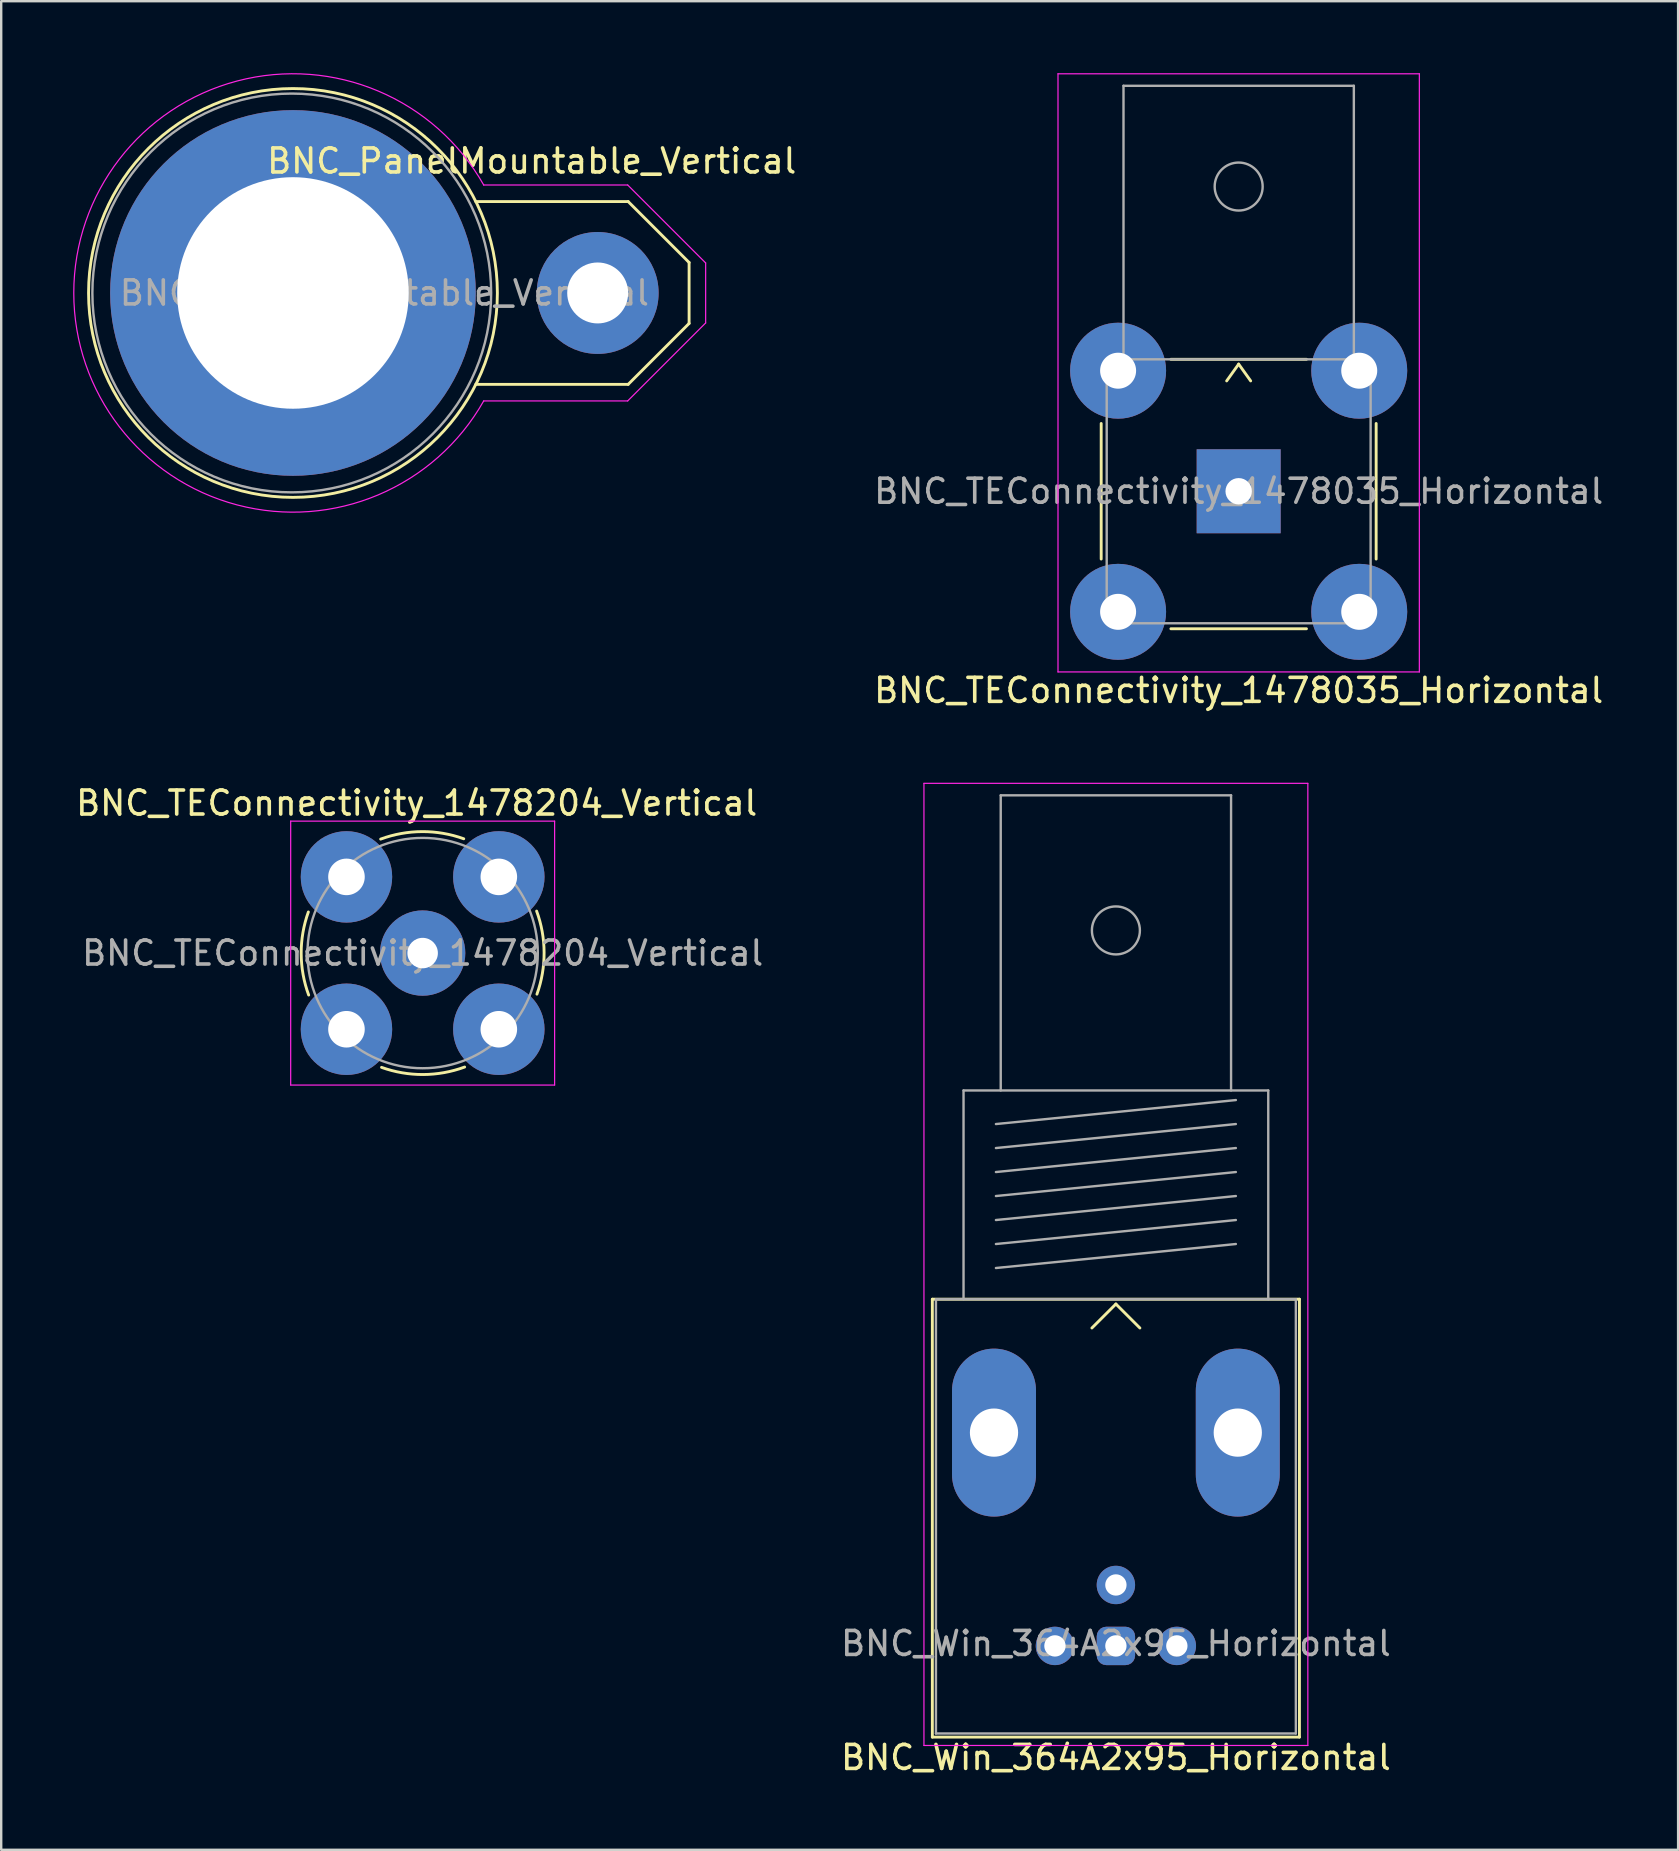
<source format=kicad_pcb>
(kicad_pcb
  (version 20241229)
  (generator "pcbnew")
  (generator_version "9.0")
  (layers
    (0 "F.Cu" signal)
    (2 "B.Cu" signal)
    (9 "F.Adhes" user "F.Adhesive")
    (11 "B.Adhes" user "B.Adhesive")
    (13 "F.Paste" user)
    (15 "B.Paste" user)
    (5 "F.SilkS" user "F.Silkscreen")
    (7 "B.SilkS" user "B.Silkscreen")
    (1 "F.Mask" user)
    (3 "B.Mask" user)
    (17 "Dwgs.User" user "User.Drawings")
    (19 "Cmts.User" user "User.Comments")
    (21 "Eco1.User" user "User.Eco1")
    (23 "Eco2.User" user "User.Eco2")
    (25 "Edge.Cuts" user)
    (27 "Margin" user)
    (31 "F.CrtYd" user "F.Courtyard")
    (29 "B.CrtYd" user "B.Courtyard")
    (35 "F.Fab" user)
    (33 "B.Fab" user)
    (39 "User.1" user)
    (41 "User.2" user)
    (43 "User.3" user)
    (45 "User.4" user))
  (footprint "BNC_Win_364A2x95_Horizontal"
    (layer "F.Cu")
    (at 43.458 65.548)
    (property "Reference" "BNC_Win_364A2x95_Horizontal" (at 0 4.65 0) (layer "F.SilkS") (effects (font (size 1 1) (thickness 0.15))))
    (attr through_hole)
    (fp_line (start -7.65 -14.45) (end 7.65 -14.45) (stroke (width 0.12) (type solid)) (layer "F.SilkS"))
    (fp_line (start -7.65 3.8) (end -7.65 -14.45) (stroke (width 0.12) (type solid)) (layer "F.SilkS"))
    (fp_line (start 0 -14.25) (end -1 -13.25) (stroke (width 0.12) (type solid)) (layer "F.SilkS"))
    (fp_line (start 0 -14.25) (end 1 -13.25) (stroke (width 0.12) (type solid)) (layer "F.SilkS"))
    (fp_line (start 7.65 -14.45) (end 7.65 3.8) (stroke (width 0.12) (type solid)) (layer "F.SilkS"))
    (fp_line (start 7.65 3.8) (end -7.65 3.8) (stroke (width 0.12) (type solid)) (layer "F.SilkS"))
    (fp_line (start -8 4.15) (end -8 -35.95) (stroke (width 0.05) (type solid)) (layer "F.CrtYd"))
    (fp_line (start -8 4.15) (end 8 4.15) (stroke (width 0.05) (type solid)) (layer "F.CrtYd"))
    (fp_line (start 8 -35.95) (end -8 -35.95) (stroke (width 0.05) (type solid)) (layer "F.CrtYd"))
    (fp_line (start 8 4.15) (end 8 -35.95) (stroke (width 0.05) (type solid)) (layer "F.CrtYd"))
    (fp_line (start -7.5 -14.45) (end -7.5 3.65) (stroke (width 0.1) (type solid)) (layer "F.Fab"))
    (fp_line (start -7.5 3.65) (end 7.5 3.65) (stroke (width 0.1) (type solid)) (layer "F.Fab"))
    (fp_line (start -6.35 -23.15) (end -6.35 -14.45) (stroke (width 0.1) (type solid)) (layer "F.Fab"))
    (fp_line (start -5 -21.75) (end 5 -22.75) (stroke (width 0.1) (type solid)) (layer "F.Fab"))
    (fp_line (start -5 -20.75) (end 5 -21.75) (stroke (width 0.1) (type solid)) (layer "F.Fab"))
    (fp_line (start -5 -19.75) (end 5 -20.75) (stroke (width 0.1) (type solid)) (layer "F.Fab"))
    (fp_line (start -5 -18.75) (end 5 -19.75) (stroke (width 0.1) (type solid)) (layer "F.Fab"))
    (fp_line (start -5 -17.75) (end 5 -18.75) (stroke (width 0.1) (type solid)) (layer "F.Fab"))
    (fp_line (start -5 -16.75) (end 5 -17.75) (stroke (width 0.1) (type solid)) (layer "F.Fab"))
    (fp_line (start -5 -15.75) (end 5 -16.75) (stroke (width 0.1) (type solid)) (layer "F.Fab"))
    (fp_line (start -4.8 -35.45) (end -4.8 -23.15) (stroke (width 0.1) (type solid)) (layer "F.Fab"))
    (fp_line (start 4.8 -35.45) (end -4.8 -35.45) (stroke (width 0.1) (type solid)) (layer "F.Fab"))
    (fp_line (start 4.8 -23.15) (end 4.8 -35.45) (stroke (width 0.1) (type solid)) (layer "F.Fab"))
    (fp_line (start 6.35 -23.15) (end -6.35 -23.15) (stroke (width 0.1) (type solid)) (layer "F.Fab"))
    (fp_line (start 6.35 -14.45) (end 6.35 -23.15) (stroke (width 0.1) (type solid)) (layer "F.Fab"))
    (fp_line (start 7.5 -14.45) (end -7.5 -14.45) (stroke (width 0.1) (type solid)) (layer "F.Fab"))
    (fp_line (start 7.5 3.65) (end 7.5 -14.45) (stroke (width 0.1) (type solid)) (layer "F.Fab"))
    (fp_circle (center 0 -29.82) (end 1 -29.82) (stroke (width 0.1) (type solid)) (fill no) (layer "F.Fab"))
    (fp_text user "${REFERENCE}" (at 0 -0.1 0) (layer "F.Fab") (effects (font (size 1 1) (thickness 0.15))))
    (pad "1" thru_hole roundrect (at 0 0) (size 1.6 1.6) (drill 0.89) (layers "*.Cu" "*.Mask") (roundrect_rratio 0.25))
    (pad "2" thru_hole circle (at 0 -2.54) (size 1.6 1.6) (drill 0.89) (layers "*.Cu" "*.Mask"))
    (pad "3" thru_hole oval (at -5.08 -8.89) (size 3.5 7) (drill 2.01) (layers "*.Cu" "*.Mask"))
    (pad "3" thru_hole circle (at -2.54 0) (size 1.6 1.6) (drill 0.89) (layers "*.Cu" "*.Mask"))
    (pad "3" thru_hole circle (at 2.54 0) (size 1.6 1.6) (drill 0.89) (layers "*.Cu" "*.Mask"))
    (pad "3" thru_hole oval (at 5.08 -8.89) (size 3.5 7) (drill 2.01) (layers "*.Cu" "*.Mask")))
  (footprint "BNC_TEConnectivity_1478204_Vertical"
    (layer "F.Cu")
    (at 14.565 36.672)
    (property "Reference" "BNC_TEConnectivity_1478204_Vertical" (at -0.25 -6.25 0) (layer "F.SilkS") (effects (font (size 1 1) (thickness 0.15))))
    (attr through_hole)
    (fp_arc (start -4.75 1.75) (mid -5.062075 0.019867) (end -4.763589 -1.712663) (stroke (width 0.12) (type solid)) (layer "F.SilkS"))
    (fp_arc (start -1.75 -4.75) (mid -0.019867 -5.062075) (end 1.712663 -4.763589) (stroke (width 0.12) (type solid)) (layer "F.SilkS"))
    (fp_arc (start 1.75 4.75) (mid 0.019867 5.062075) (end -1.712663 4.763589) (stroke (width 0.12) (type solid)) (layer "F.SilkS"))
    (fp_arc (start 4.75 -1.75) (mid 5.062075 -0.019867) (end 4.763589 1.712663) (stroke (width 0.12) (type solid)) (layer "F.SilkS"))
    (fp_line (start -5.5 -5.5) (end 5.5 -5.5) (stroke (width 0.05) (type solid)) (layer "F.CrtYd"))
    (fp_line (start -5.5 5.5) (end -5.5 -5.5) (stroke (width 0.05) (type solid)) (layer "F.CrtYd"))
    (fp_line (start 5.5 -5.5) (end 5.5 5.5) (stroke (width 0.05) (type solid)) (layer "F.CrtYd"))
    (fp_line (start 5.5 5.5) (end -5.5 5.5) (stroke (width 0.05) (type solid)) (layer "F.CrtYd"))
    (fp_circle (center 0 0) (end 4.8 0) (stroke (width 0.1) (type solid)) (fill no) (layer "F.Fab"))
    (fp_text user "${REFERENCE}" (at 0 0 0) (layer "F.Fab") (effects (font (size 1 1) (thickness 0.15))))
    (pad "1" thru_hole circle (at 0 0) (size 3.556 3.556) (drill 1.27) (layers "*.Cu" "*.Mask"))
    (pad "2" thru_hole circle (at -3.175 -3.175) (size 3.81 3.81) (drill 1.524) (layers "*.Cu" "*.Mask"))
    (pad "2" thru_hole circle (at -3.175 3.175) (size 3.81 3.81) (drill 1.524) (layers "*.Cu" "*.Mask"))
    (pad "2" thru_hole circle (at 3.175 -3.175) (size 3.81 3.81) (drill 1.524) (layers "*.Cu" "*.Mask"))
    (pad "2" thru_hole circle (at 3.175 3.175) (size 3.81 3.81) (drill 1.524) (layers "*.Cu" "*.Mask")))
  (footprint "BNC_PanelMountable_Vertical"
    (layer "F.Cu")
    (at 21.86 9.16)
    (property "Reference" "BNC_PanelMountable_Vertical" (at -2.75 -5.5 0) (layer "F.SilkS") (effects (font (size 1 1) (thickness 0.15))))
    (attr through_hole)
    (fp_line (start -5.08 3.81) (end 1.27 3.81) (stroke (width 0.12) (type solid)) (layer "F.SilkS"))
    (fp_line (start 1.27 -3.81) (end -5.08 -3.81) (stroke (width 0.12) (type solid)) (layer "F.SilkS"))
    (fp_line (start 1.27 3.81) (end 3.81 1.27) (stroke (width 0.12) (type solid)) (layer "F.SilkS"))
    (fp_line (start 3.81 -1.27) (end 1.27 -3.81) (stroke (width 0.12) (type solid)) (layer "F.SilkS"))
    (fp_line (start 3.81 1.27) (end 3.81 -1.27) (stroke (width 0.12) (type solid)) (layer "F.SilkS"))
    (fp_circle (center -12.7 0) (end -5.08 3.81) (stroke (width 0.12) (type solid)) (fill no) (layer "F.SilkS"))
    (fp_line (start -4.75 -4.5) (end 1.25 -4.5) (stroke (width 0.05) (type solid)) (layer "F.CrtYd"))
    (fp_line (start 1.25 -4.5) (end 4.5 -1.25) (stroke (width 0.05) (type solid)) (layer "F.CrtYd"))
    (fp_line (start 1.25 4.5) (end -4.75 4.5) (stroke (width 0.05) (type solid)) (layer "F.CrtYd"))
    (fp_line (start 4.5 -1.25) (end 4.5 1.25) (stroke (width 0.05) (type solid)) (layer "F.CrtYd"))
    (fp_line (start 4.5 1.25) (end 1.25 4.5) (stroke (width 0.05) (type solid)) (layer "F.CrtYd"))
    (fp_arc (start -4.75 4.5) (mid -21.835234 -0.001833) (end -4.748194 -4.496809) (stroke (width 0.05) (type solid)) (layer "F.CrtYd"))
    (fp_circle (center -12.75 0) (end -6.75 5.75) (stroke (width 0.1) (type solid)) (fill no) (layer "F.Fab"))
    (fp_text user "${REFERENCE}" (at -8.89 0 0) (layer "F.Fab") (effects (font (size 1 1) (thickness 0.15))))
    (pad "1" thru_hole circle (at 0 0) (size 5.08 5.08) (drill 2.54) (layers "*.Cu" "*.Mask"))
    (pad "2" thru_hole circle (at -12.7 0) (size 15.24 15.24) (drill 9.65) (layers "*.Cu" "*.Mask")))
  (footprint "BNC_TEConnectivity_1478035_Horizontal"
    (layer "F.Cu")
    (at 48.575 17.425)
    (property "Reference" "BNC_TEConnectivity_1478035_Horizontal" (at 0 8.3 0) (layer "F.SilkS") (effects (font (size 1 1) (thickness 0.15))))
    (attr through_hole)
    (fp_line (start -5.73 -2.825) (end -5.73 2.825) (stroke (width 0.12) (type solid)) (layer "F.SilkS"))
    (fp_line (start -2.825 5.73) (end 2.825 5.73) (stroke (width 0.12) (type solid)) (layer "F.SilkS"))
    (fp_line (start 0 -5.3) (end -0.5 -4.6) (stroke (width 0.12) (type solid)) (layer "F.SilkS"))
    (fp_line (start 0 -5.3) (end 0.5 -4.6) (stroke (width 0.12) (type solid)) (layer "F.SilkS"))
    (fp_line (start 2.825 -5.5) (end -2.825 -5.5) (stroke (width 0.12) (type solid)) (layer "F.SilkS"))
    (fp_line (start 5.73 2.825) (end 5.73 -2.825) (stroke (width 0.12) (type solid)) (layer "F.SilkS"))
    (fp_line (start -7.53 -17.4) (end 7.53 -17.4) (stroke (width 0.05) (type solid)) (layer "F.CrtYd"))
    (fp_line (start -7.53 7.53) (end -7.53 -17.4) (stroke (width 0.05) (type solid)) (layer "F.CrtYd"))
    (fp_line (start 7.53 -17.4) (end 7.53 7.53) (stroke (width 0.05) (type solid)) (layer "F.CrtYd"))
    (fp_line (start 7.53 7.53) (end -7.53 7.53) (stroke (width 0.05) (type solid)) (layer "F.CrtYd"))
    (fp_line (start -5.5 -5.5) (end 5.5 -5.5) (stroke (width 0.1) (type solid)) (layer "F.Fab"))
    (fp_line (start -5.5 5.5) (end -5.5 -5.5) (stroke (width 0.1) (type solid)) (layer "F.Fab"))
    (fp_line (start -4.8 -5.5) (end -4.8 -16.9) (stroke (width 0.1) (type solid)) (layer "F.Fab"))
    (fp_line (start 4.8 -16.9) (end -4.8 -16.9) (stroke (width 0.1) (type solid)) (layer "F.Fab"))
    (fp_line (start 4.8 -5.5) (end 4.8 -16.9) (stroke (width 0.1) (type solid)) (layer "F.Fab"))
    (fp_line (start 5.5 -5.5) (end 5.5 5.5) (stroke (width 0.1) (type solid)) (layer "F.Fab"))
    (fp_line (start 5.5 5.5) (end -5.5 5.5) (stroke (width 0.1) (type solid)) (layer "F.Fab"))
    (fp_circle (center 0 -12.7) (end 1 -12.7) (stroke (width 0.1) (type solid)) (fill no) (layer "F.Fab"))
    (fp_text user "${REFERENCE}" (at 0 0 0) (layer "F.Fab") (effects (font (size 1 1) (thickness 0.15))))
    (pad "1" thru_hole rect (at 0 0) (size 3.5 3.5) (drill 1.1) (layers "*.Cu" "*.Mask"))
    (pad "2" thru_hole circle (at -5.025 -5.025) (size 4 4) (drill 1.5) (layers "*.Cu" "*.Mask"))
    (pad "2" thru_hole circle (at -5.025 5.025) (size 4 4) (drill 1.5) (layers "*.Cu" "*.Mask"))
    (pad "2" thru_hole circle (at 5.025 -5.025) (size 4 4) (drill 1.5) (layers "*.Cu" "*.Mask"))
    (pad "2" thru_hole circle (at 5.025 5.025) (size 4 4) (drill 1.5) (layers "*.Cu" "*.Mask")))
  (gr_rect
    (start -3 -3)
    (end 66.89 74.046)
    (stroke (width 0.1) (type default))
    (fill no)
    (layer "Edge.Cuts")))
</source>
